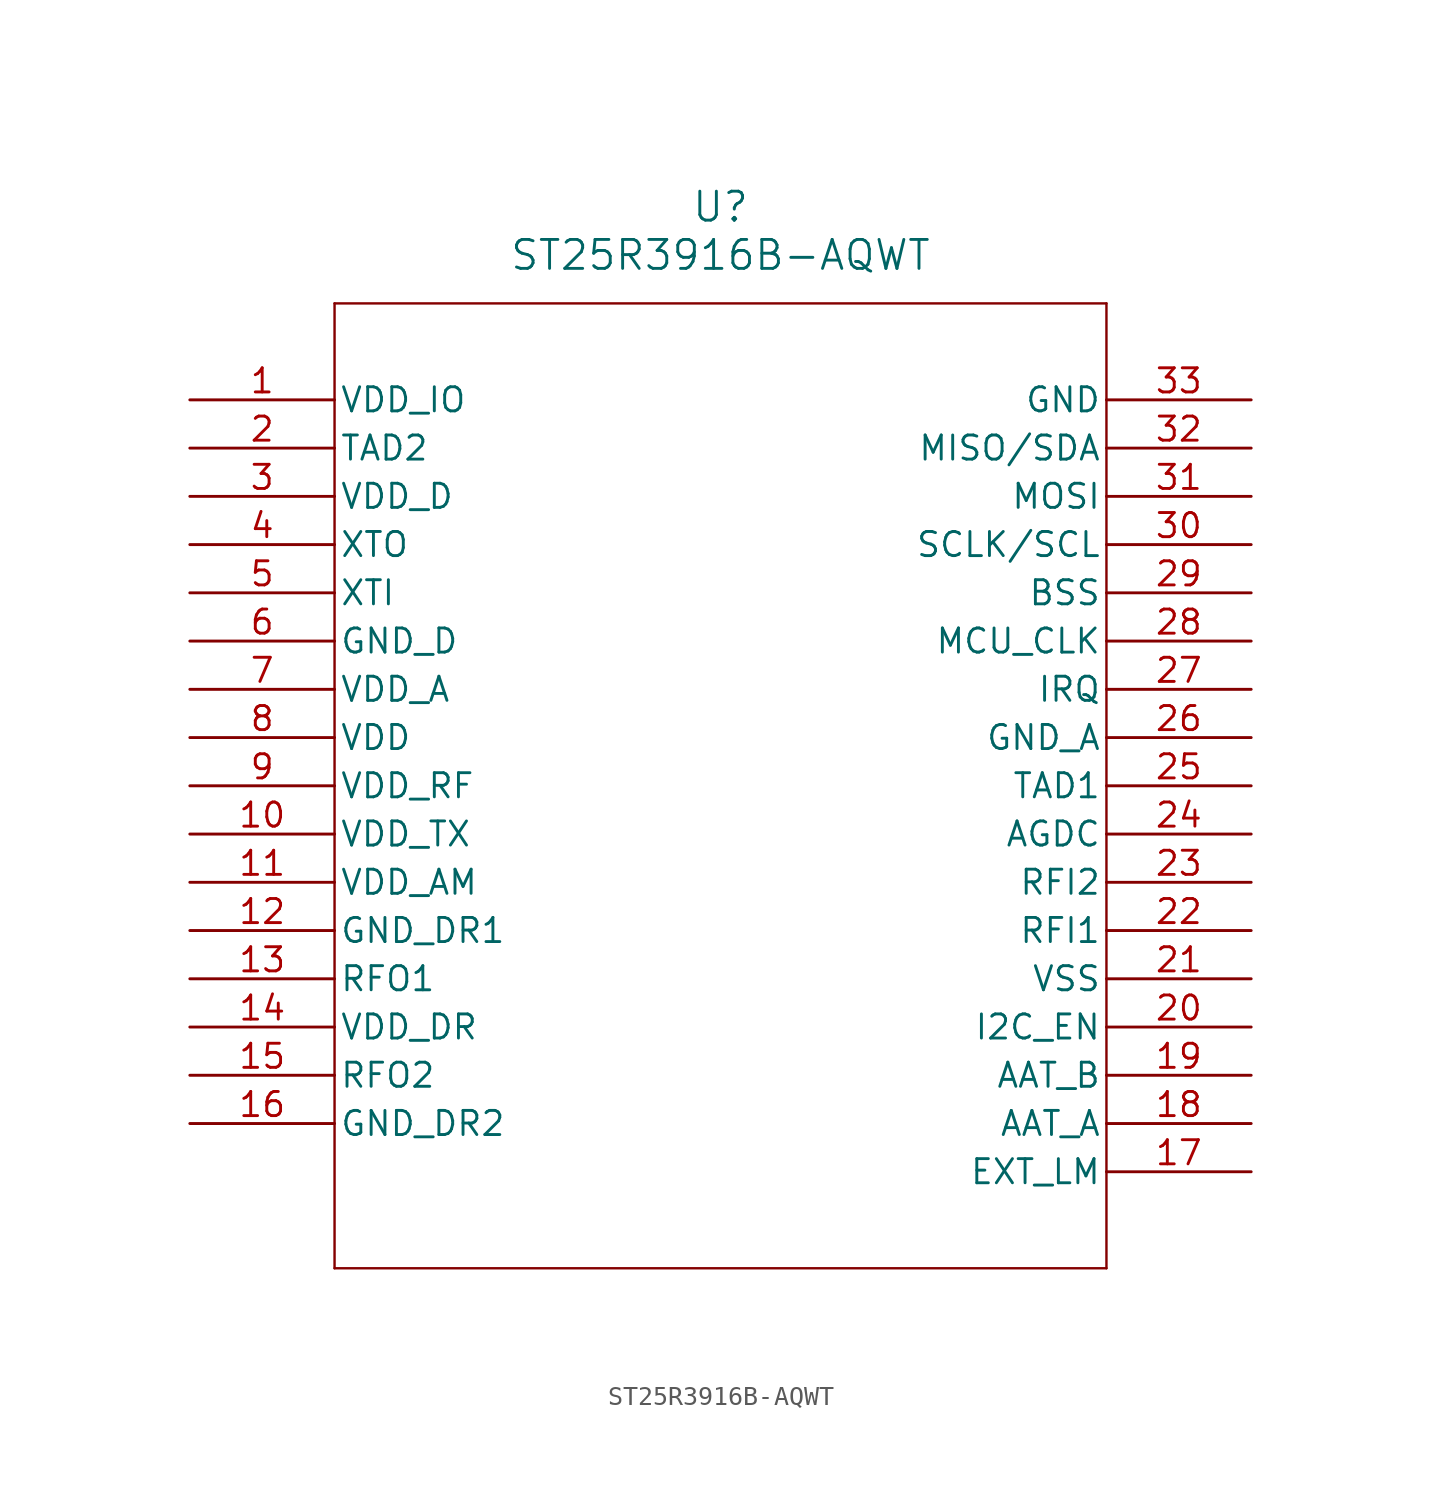
<source format=kicad_sym>
(kicad_symbol_lib
  (version 20211014)
  (generator kicad_symbol_editor)
  (symbol "ST25R3916B-AQWT"
    (pin_names
      (offset 0.254))
    (property "Reference" "U"
      (at 27.94 10.16 0)
      (effects (font (size 1.524 1.524))))
    (property "Value" "ST25R3916B-AQWT"
      (at 27.94 7.62 0)
      (effects (font (size 1.524 1.524))))
    (symbol "ST25R3916B-AQWT_0_1"
      (polyline (pts (xy 7.62 5.08) (xy 7.62 -45.72)) (stroke (width 0.127) (type default) (color 0 0 0 0)) (fill (type none)))
      (polyline (pts (xy 7.62 -45.72) (xy 48.26 -45.72)) (stroke (width 0.127) (type default) (color 0 0 0 0)) (fill (type none)))
      (polyline (pts (xy 48.26 -45.72) (xy 48.26 5.08)) (stroke (width 0.127) (type default) (color 0 0 0 0)) (fill (type none)))
      (polyline (pts (xy 48.26 5.08) (xy 7.62 5.08)) (stroke (width 0.127) (type default) (color 0 0 0 0)) (fill (type none)))
      (pin power_in line (at 0 0 0) (length 7.62) (name "VDD_IO" (effects (font (size 1.27 1.27)))) (number "1" (effects (font (size 1.27 1.27)))))
      (pin unspecified line (at 0 -2.54 0) (length 7.62) (name "TAD2" (effects (font (size 1.27 1.27)))) (number "2" (effects (font (size 1.27 1.27)))))
      (pin unspecified line (at 0 -5.08 0) (length 7.62) (name "VDD_D" (effects (font (size 1.27 1.27)))) (number "3" (effects (font (size 1.27 1.27)))))
      (pin unspecified line (at 0 -7.62 0) (length 7.62) (name "XTO" (effects (font (size 1.27 1.27)))) (number "4" (effects (font (size 1.27 1.27)))))
      (pin input line (at 0 -10.16 0) (length 7.62) (name "XTI" (effects (font (size 1.27 1.27)))) (number "5" (effects (font (size 1.27 1.27)))))
      (pin power_out line (at 0 -12.7 0) (length 7.62) (name "GND_D" (effects (font (size 1.27 1.27)))) (number "6" (effects (font (size 1.27 1.27)))))
      (pin unspecified line (at 0 -15.24 0) (length 7.62) (name "VDD_A" (effects (font (size 1.27 1.27)))) (number "7" (effects (font (size 1.27 1.27)))))
      (pin power_in line (at 0 -17.78 0) (length 7.62) (name "VDD" (effects (font (size 1.27 1.27)))) (number "8" (effects (font (size 1.27 1.27)))))
      (pin unspecified line (at 0 -20.32 0) (length 7.62) (name "VDD_RF" (effects (font (size 1.27 1.27)))) (number "9" (effects (font (size 1.27 1.27)))))
      (pin power_in line (at 0 -22.86 0) (length 7.62) (name "VDD_TX" (effects (font (size 1.27 1.27)))) (number "10" (effects (font (size 1.27 1.27)))))
      (pin unspecified line (at 0 -25.4 0) (length 7.62) (name "VDD_AM" (effects (font (size 1.27 1.27)))) (number "11" (effects (font (size 1.27 1.27)))))
      (pin power_out line (at 0 -27.94 0) (length 7.62) (name "GND_DR1" (effects (font (size 1.27 1.27)))) (number "12" (effects (font (size 1.27 1.27)))))
      (pin unspecified line (at 0 -30.48 0) (length 7.62) (name "RFO1" (effects (font (size 1.27 1.27)))) (number "13" (effects (font (size 1.27 1.27)))))
      (pin power_in line (at 0 -33.02 0) (length 7.62) (name "VDD_DR" (effects (font (size 1.27 1.27)))) (number "14" (effects (font (size 1.27 1.27)))))
      (pin unspecified line (at 0 -35.56 0) (length 7.62) (name "RFO2" (effects (font (size 1.27 1.27)))) (number "15" (effects (font (size 1.27 1.27)))))
      (pin power_out line (at 0 -38.1 0) (length 7.62) (name "GND_DR2" (effects (font (size 1.27 1.27)))) (number "16" (effects (font (size 1.27 1.27)))))
      (pin unspecified line (at 55.88 -40.64 180) (length 7.62) (name "EXT_LM" (effects (font (size 1.27 1.27)))) (number "17" (effects (font (size 1.27 1.27)))))
      (pin unspecified line (at 55.88 -38.1 180) (length 7.62) (name "AAT_A" (effects (font (size 1.27 1.27)))) (number "18" (effects (font (size 1.27 1.27)))))
      (pin unspecified line (at 55.88 -35.56 180) (length 7.62) (name "AAT_B" (effects (font (size 1.27 1.27)))) (number "19" (effects (font (size 1.27 1.27)))))
      (pin input line (at 55.88 -33.02 180) (length 7.62) (name "I2C_EN" (effects (font (size 1.27 1.27)))) (number "20" (effects (font (size 1.27 1.27)))))
      (pin power_out line (at 55.88 -30.48 180) (length 7.62) (name "VSS" (effects (font (size 1.27 1.27)))) (number "21" (effects (font (size 1.27 1.27)))))
      (pin unspecified line (at 55.88 -27.94 180) (length 7.62) (name "RFI1" (effects (font (size 1.27 1.27)))) (number "22" (effects (font (size 1.27 1.27)))))
      (pin unspecified line (at 55.88 -25.4 180) (length 7.62) (name "RFI2" (effects (font (size 1.27 1.27)))) (number "23" (effects (font (size 1.27 1.27)))))
      (pin unspecified line (at 55.88 -22.86 180) (length 7.62) (name "AGDC" (effects (font (size 1.27 1.27)))) (number "24" (effects (font (size 1.27 1.27)))))
      (pin unspecified line (at 55.88 -20.32 180) (length 7.62) (name "TAD1" (effects (font (size 1.27 1.27)))) (number "25" (effects (font (size 1.27 1.27)))))
      (pin power_out line (at 55.88 -17.78 180) (length 7.62) (name "GND_A" (effects (font (size 1.27 1.27)))) (number "26" (effects (font (size 1.27 1.27)))))
      (pin output line (at 55.88 -15.24 180) (length 7.62) (name "IRQ" (effects (font (size 1.27 1.27)))) (number "27" (effects (font (size 1.27 1.27)))))
      (pin output line (at 55.88 -12.7 180) (length 7.62) (name "MCU_CLK" (effects (font (size 1.27 1.27)))) (number "28" (effects (font (size 1.27 1.27)))))
      (pin input line (at 55.88 -10.16 180) (length 7.62) (name "BSS" (effects (font (size 1.27 1.27)))) (number "29" (effects (font (size 1.27 1.27)))))
      (pin input line (at 55.88 -7.62 180) (length 7.62) (name "SCLK/SCL" (effects (font (size 1.27 1.27)))) (number "30" (effects (font (size 1.27 1.27)))))
      (pin input line (at 55.88 -5.08 180) (length 7.62) (name "MOSI" (effects (font (size 1.27 1.27)))) (number "31" (effects (font (size 1.27 1.27)))))
      (pin bidirectional line (at 55.88 -2.54 180) (length 7.62) (name "MISO/SDA" (effects (font (size 1.27 1.27)))) (number "32" (effects (font (size 1.27 1.27)))))
      (pin power_out line (at 55.88 0 180) (length 7.62) (name "GND" (effects (font (size 1.27 1.27)))) (number "33" (effects (font (size 1.27 1.27))))))))
</source>
